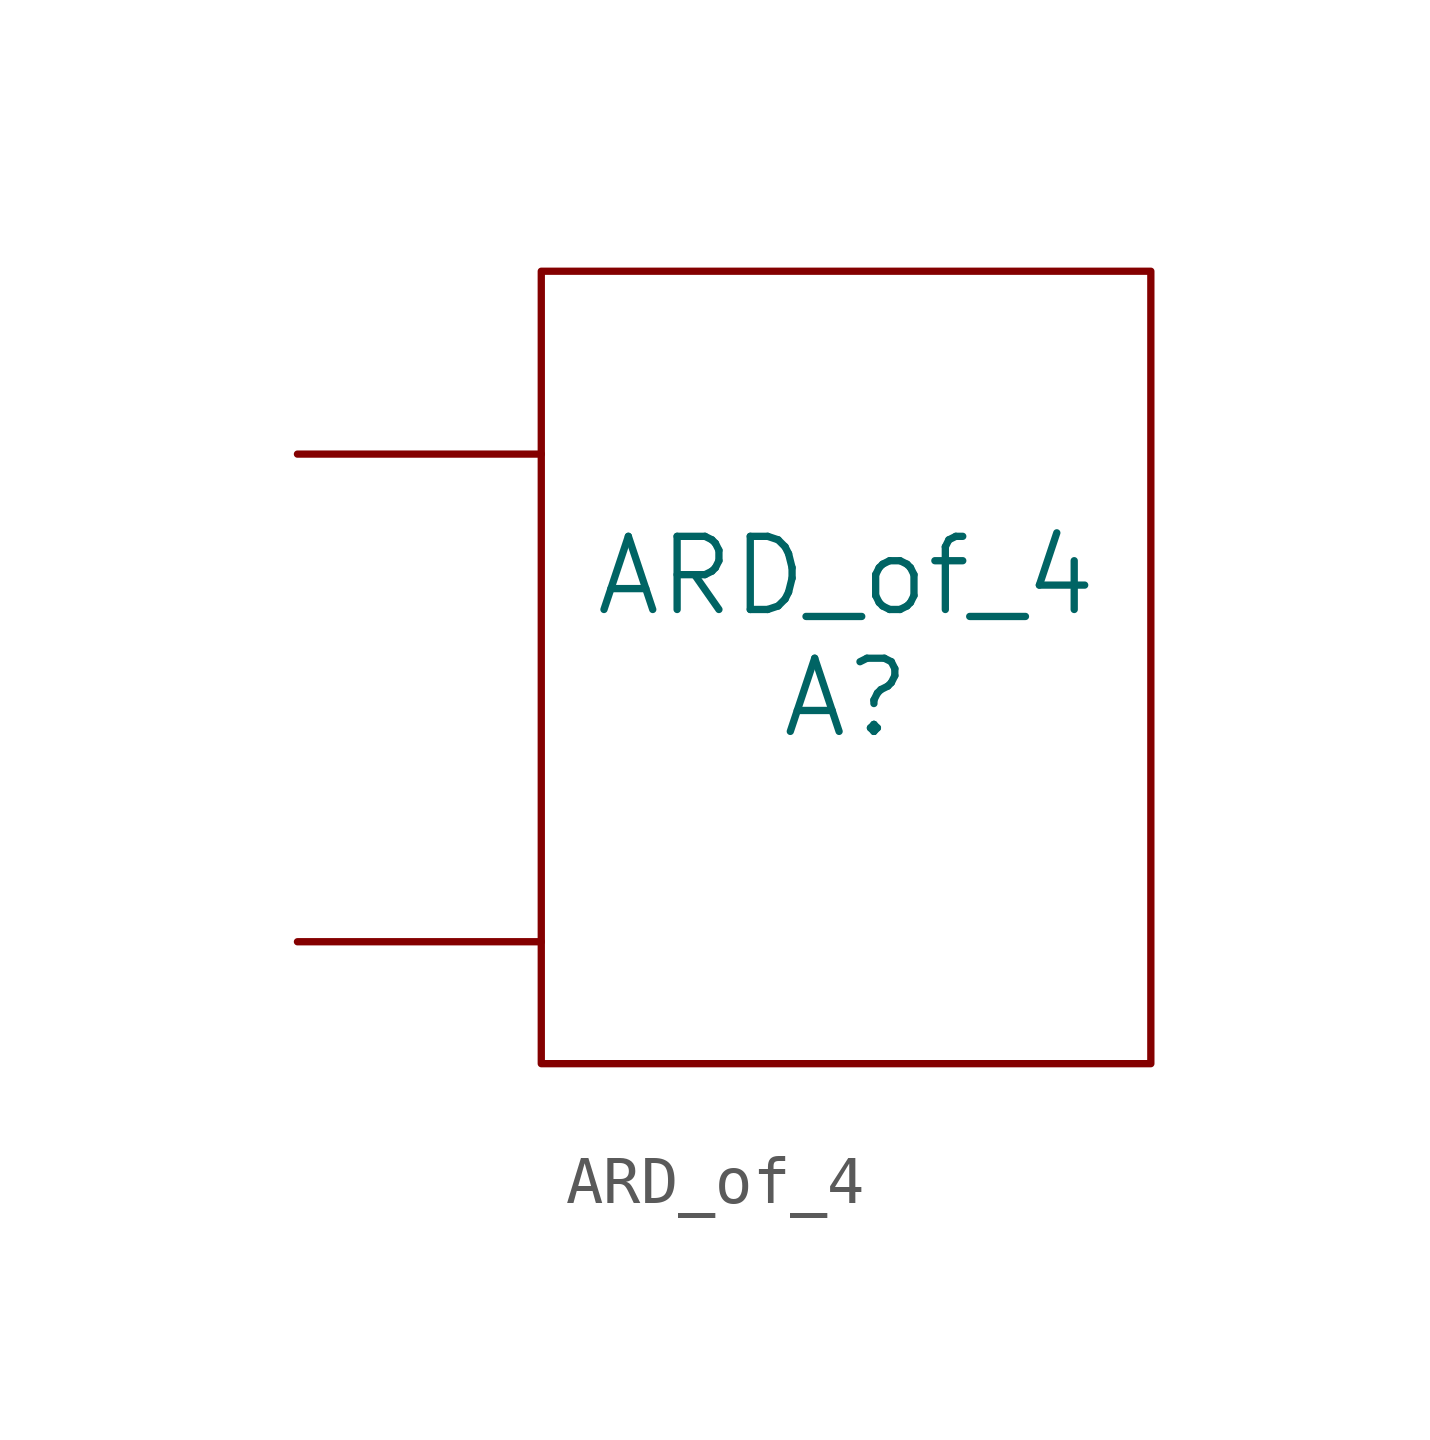
<source format=kicad_sym>
(kicad_symbol_lib
  (version 20231120)
  (generator "kicad_symbol_editor")
  (generator_version "8.0")
  (symbol "ARD_of_4"
    (pin_numbers hide)
    (pin_names
      (offset 0) hide)
    (property "Reference" "A"
      (at 0 0 0)
      (effects (font (size 1.524 1.524))))
    (property "Value" "ARD_of_4"
      (at 0 2.54 0)
      (effects (font (size 1.524 1.524))))
    (symbol "ARD_of_4_0_1"
      (rectangle (start 6.35 -7.62) (end -6.35 8.89) (stroke (width 0) (type solid)) (fill (type none))))
    (symbol "ARD_of_4_1_1"
      (pin input line (at -11.43 5.08 0) (length 5.08) (name "input" (effects (font (size 1.27 1.27)))) (number "~" (effects (font (size 1.27 1.27)))))
      (pin input line (at -11.43 -5.08 0) (length 5.08) (name "output" (effects (font (size 1.27 1.27)))) (number "~" (effects (font (size 1.27 1.27))))))))
</source>
